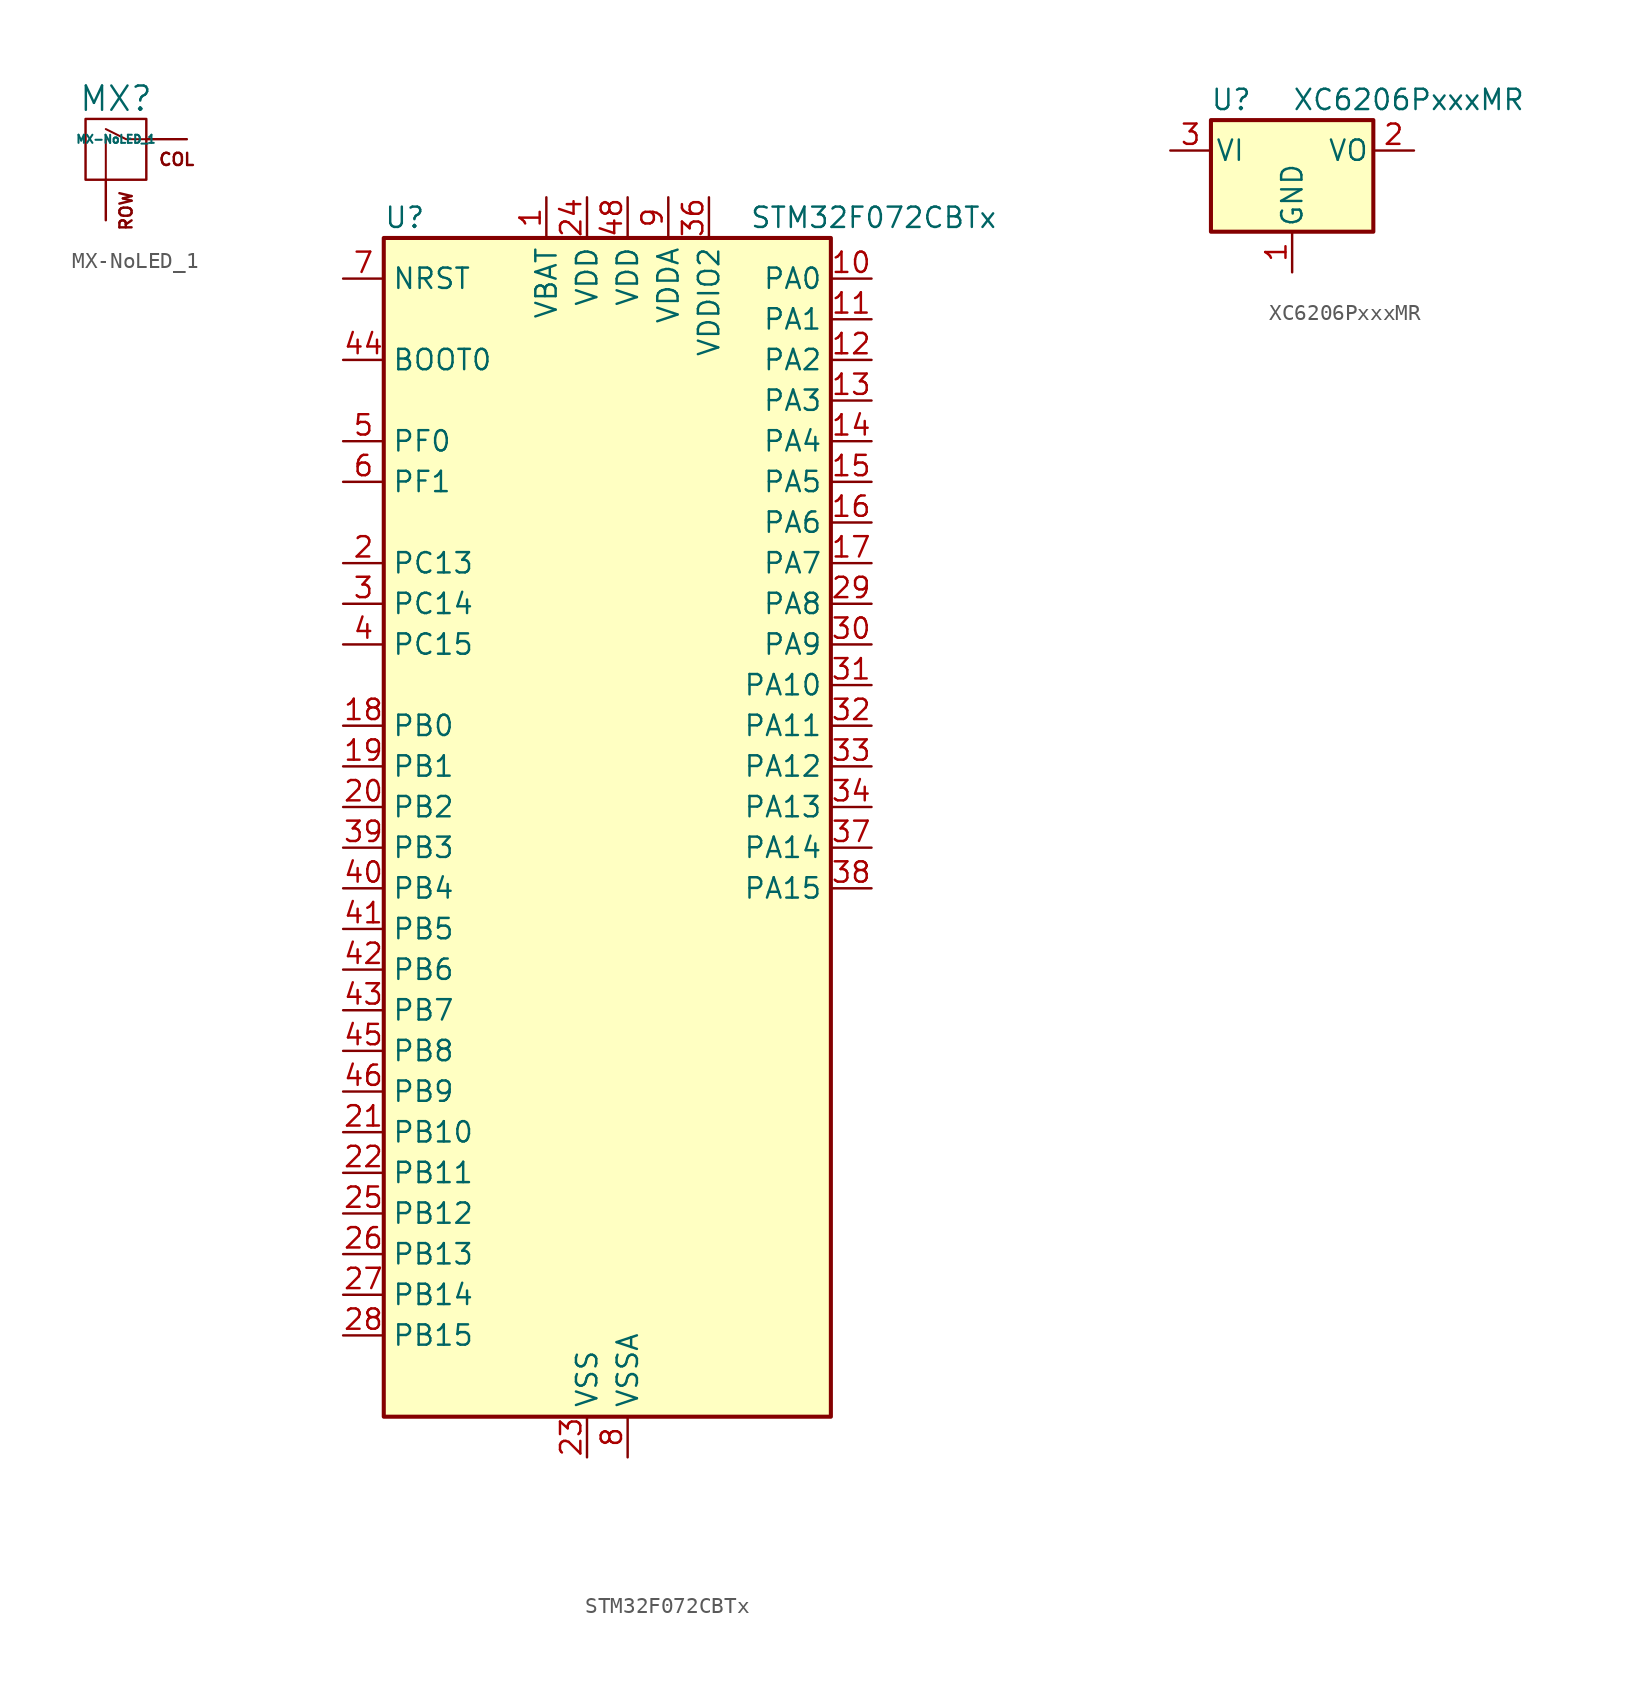
<source format=kicad_sym>
(kicad_symbol_lib
  (version 20241209)
  (generator "kicad_symbol_editor")
  (generator_version "9.0")
  (symbol "MX-NoLED_1"
    (pin_names
      (offset 1.016))
    (property "Reference" "MX"
      (at -0.635 3.81 0)
      (effects (font (size 1.524 1.524))))
    (property "Value" "MX-NoLED_1"
      (at -0.635 1.27 0)
      (effects (font (size 0.508 0.508))))
    (symbol "MX-NoLED_1_0_0"
      (rectangle (start -2.54 2.54) (end 1.27 -1.27) (stroke (width 0) (type default)) (fill (type none)))
      (polyline (pts (xy -1.27 -1.27) (xy -1.27 1.27)) (stroke (width 0.127) (type default)) (fill (type none)))
      (polyline (pts (xy 1.27 1.27) (xy 0 1.27) (xy -1.27 1.905)) (stroke (width 0.127) (type default)) (fill (type none)))
      (text "ROW" (at 0 -1.905 900) (effects (font (size 0.762 0.762)) (justify right)))
      (text "COL" (at 3.175 0 0) (effects (font (size 0.762 0.762)))))
    (symbol "MX-NoLED_1_1_1"
      (pin passive line (at -1.27 -3.81 90) (length 2.54) (name "ROW" (effects (font (size 0 0)))) (number "2" (effects (font (size 0 0)))))
      (pin passive line (at 3.81 1.27 180) (length 2.54) (name "COL" (effects (font (size 0 0)))) (number "1" (effects (font (size 0 0)))))))
  (symbol "STM32F072CBTx"
    (property "Reference" "U"
      (at -12.7 39.37 0)
      (effects (font (size 1.27 1.27)) (justify left)))
    (property "Value" "STM32F072CBTx"
      (at 10.16 39.37 0)
      (effects (font (size 1.27 1.27)) (justify left)))
    (property "ki_locked" ""
      (at 0 0 0)
      (effects (font (size 1.27 1.27))))
    (symbol "STM32F072CBTx_0_1"
      (rectangle (start -12.7 -35.56) (end 15.24 38.1) (stroke (width 0.254) (type default)) (fill (type background))))
    (symbol "STM32F072CBTx_1_1"
      (pin input line (at -15.24 35.56 0) (length 2.54) (name "NRST" (effects (font (size 1.27 1.27)))) (number "7" (effects (font (size 1.27 1.27)))))
      (pin input line (at -15.24 30.48 0) (length 2.54) (name "BOOT0" (effects (font (size 1.27 1.27)))) (number "44" (effects (font (size 1.27 1.27)))))
      (pin bidirectional line (at -15.24 25.4 0) (length 2.54) (name "PF0" (effects (font (size 1.27 1.27)))) (number "5" (effects (font (size 1.27 1.27)))) (alternate "CRS_SYNC" bidirectional line) (alternate "RCC_OSC_IN" bidirectional line))
      (pin bidirectional line (at -15.24 22.86 0) (length 2.54) (name "PF1" (effects (font (size 1.27 1.27)))) (number "6" (effects (font (size 1.27 1.27)))) (alternate "RCC_OSC_OUT" bidirectional line))
      (pin bidirectional line (at -15.24 17.78 0) (length 2.54) (name "PC13" (effects (font (size 1.27 1.27)))) (number "2" (effects (font (size 1.27 1.27)))) (alternate "RTC_OUT_ALARM" bidirectional line) (alternate "RTC_OUT_CALIB" bidirectional line) (alternate "RTC_TAMP1" bidirectional line) (alternate "RTC_TS" bidirectional line) (alternate "SYS_WKUP2" bidirectional line))
      (pin bidirectional line (at -15.24 15.24 0) (length 2.54) (name "PC14" (effects (font (size 1.27 1.27)))) (number "3" (effects (font (size 1.27 1.27)))) (alternate "RCC_OSC32_IN" bidirectional line))
      (pin bidirectional line (at -15.24 12.7 0) (length 2.54) (name "PC15" (effects (font (size 1.27 1.27)))) (number "4" (effects (font (size 1.27 1.27)))) (alternate "RCC_OSC32_OUT" bidirectional line))
      (pin bidirectional line (at -15.24 7.62 0) (length 2.54) (name "PB0" (effects (font (size 1.27 1.27)))) (number "18" (effects (font (size 1.27 1.27)))) (alternate "ADC_IN8" bidirectional line) (alternate "TIM1_CH2N" bidirectional line) (alternate "TIM3_CH3" bidirectional line) (alternate "TSC_G3_IO2" bidirectional line) (alternate "USART3_CK" bidirectional line))
      (pin bidirectional line (at -15.24 5.08 0) (length 2.54) (name "PB1" (effects (font (size 1.27 1.27)))) (number "19" (effects (font (size 1.27 1.27)))) (alternate "ADC_IN9" bidirectional line) (alternate "TIM14_CH1" bidirectional line) (alternate "TIM1_CH3N" bidirectional line) (alternate "TIM3_CH4" bidirectional line) (alternate "TSC_G3_IO3" bidirectional line) (alternate "USART3_DE" bidirectional line) (alternate "USART3_RTS" bidirectional line))
      (pin bidirectional line (at -15.24 2.54 0) (length 2.54) (name "PB2" (effects (font (size 1.27 1.27)))) (number "20" (effects (font (size 1.27 1.27)))) (alternate "TSC_G3_IO4" bidirectional line))
      (pin bidirectional line (at -15.24 0 0) (length 2.54) (name "PB3" (effects (font (size 1.27 1.27)))) (number "39" (effects (font (size 1.27 1.27)))) (alternate "I2S1_CK" bidirectional line) (alternate "SPI1_SCK" bidirectional line) (alternate "TIM2_CH2" bidirectional line) (alternate "TSC_G5_IO1" bidirectional line))
      (pin bidirectional line (at -15.24 -2.54 0) (length 2.54) (name "PB4" (effects (font (size 1.27 1.27)))) (number "40" (effects (font (size 1.27 1.27)))) (alternate "I2S1_MCK" bidirectional line) (alternate "SPI1_MISO" bidirectional line) (alternate "TIM17_BKIN" bidirectional line) (alternate "TIM3_CH1" bidirectional line) (alternate "TSC_G5_IO2" bidirectional line))
      (pin bidirectional line (at -15.24 -5.08 0) (length 2.54) (name "PB5" (effects (font (size 1.27 1.27)))) (number "41" (effects (font (size 1.27 1.27)))) (alternate "I2C1_SMBA" bidirectional line) (alternate "I2S1_SD" bidirectional line) (alternate "SPI1_MOSI" bidirectional line) (alternate "SYS_WKUP6" bidirectional line) (alternate "TIM16_BKIN" bidirectional line) (alternate "TIM3_CH2" bidirectional line))
      (pin bidirectional line (at -15.24 -7.62 0) (length 2.54) (name "PB6" (effects (font (size 1.27 1.27)))) (number "42" (effects (font (size 1.27 1.27)))) (alternate "I2C1_SCL" bidirectional line) (alternate "TIM16_CH1N" bidirectional line) (alternate "TSC_G5_IO3" bidirectional line) (alternate "USART1_TX" bidirectional line))
      (pin bidirectional line (at -15.24 -10.16 0) (length 2.54) (name "PB7" (effects (font (size 1.27 1.27)))) (number "43" (effects (font (size 1.27 1.27)))) (alternate "I2C1_SDA" bidirectional line) (alternate "TIM17_CH1N" bidirectional line) (alternate "TSC_G5_IO4" bidirectional line) (alternate "USART1_RX" bidirectional line) (alternate "USART4_CTS" bidirectional line))
      (pin bidirectional line (at -15.24 -12.7 0) (length 2.54) (name "PB8" (effects (font (size 1.27 1.27)))) (number "45" (effects (font (size 1.27 1.27)))) (alternate "CAN_RX" bidirectional line) (alternate "CEC" bidirectional line) (alternate "I2C1_SCL" bidirectional line) (alternate "TIM16_CH1" bidirectional line) (alternate "TSC_SYNC" bidirectional line))
      (pin bidirectional line (at -15.24 -15.24 0) (length 2.54) (name "PB9" (effects (font (size 1.27 1.27)))) (number "46" (effects (font (size 1.27 1.27)))) (alternate "CAN_TX" bidirectional line) (alternate "DAC_EXTI9" bidirectional line) (alternate "I2C1_SDA" bidirectional line) (alternate "I2S2_WS" bidirectional line) (alternate "IR_OUT" bidirectional line) (alternate "SPI2_NSS" bidirectional line) (alternate "TIM17_CH1" bidirectional line))
      (pin bidirectional line (at -15.24 -17.78 0) (length 2.54) (name "PB10" (effects (font (size 1.27 1.27)))) (number "21" (effects (font (size 1.27 1.27)))) (alternate "CEC" bidirectional line) (alternate "I2C2_SCL" bidirectional line) (alternate "I2S2_CK" bidirectional line) (alternate "SPI2_SCK" bidirectional line) (alternate "TIM2_CH3" bidirectional line) (alternate "TSC_SYNC" bidirectional line) (alternate "USART3_TX" bidirectional line))
      (pin bidirectional line (at -15.24 -20.32 0) (length 2.54) (name "PB11" (effects (font (size 1.27 1.27)))) (number "22" (effects (font (size 1.27 1.27)))) (alternate "I2C2_SDA" bidirectional line) (alternate "TIM2_CH4" bidirectional line) (alternate "TSC_G6_IO1" bidirectional line) (alternate "USART3_RX" bidirectional line))
      (pin bidirectional line (at -15.24 -22.86 0) (length 2.54) (name "PB12" (effects (font (size 1.27 1.27)))) (number "25" (effects (font (size 1.27 1.27)))) (alternate "I2S2_WS" bidirectional line) (alternate "SPI2_NSS" bidirectional line) (alternate "TIM15_BKIN" bidirectional line) (alternate "TIM1_BKIN" bidirectional line) (alternate "TSC_G6_IO2" bidirectional line) (alternate "USART3_CK" bidirectional line))
      (pin bidirectional line (at -15.24 -25.4 0) (length 2.54) (name "PB13" (effects (font (size 1.27 1.27)))) (number "26" (effects (font (size 1.27 1.27)))) (alternate "I2C2_SCL" bidirectional line) (alternate "I2S2_CK" bidirectional line) (alternate "SPI2_SCK" bidirectional line) (alternate "TIM1_CH1N" bidirectional line) (alternate "TSC_G6_IO3" bidirectional line) (alternate "USART3_CTS" bidirectional line))
      (pin bidirectional line (at -15.24 -27.94 0) (length 2.54) (name "PB14" (effects (font (size 1.27 1.27)))) (number "27" (effects (font (size 1.27 1.27)))) (alternate "I2C2_SDA" bidirectional line) (alternate "I2S2_MCK" bidirectional line) (alternate "SPI2_MISO" bidirectional line) (alternate "TIM15_CH1" bidirectional line) (alternate "TIM1_CH2N" bidirectional line) (alternate "TSC_G6_IO4" bidirectional line) (alternate "USART3_DE" bidirectional line) (alternate "USART3_RTS" bidirectional line))
      (pin bidirectional line (at -15.24 -30.48 0) (length 2.54) (name "PB15" (effects (font (size 1.27 1.27)))) (number "28" (effects (font (size 1.27 1.27)))) (alternate "I2S2_SD" bidirectional line) (alternate "RTC_REFIN" bidirectional line) (alternate "SPI2_MOSI" bidirectional line) (alternate "SYS_WKUP7" bidirectional line) (alternate "TIM15_CH1N" bidirectional line) (alternate "TIM15_CH2" bidirectional line) (alternate "TIM1_CH3N" bidirectional line))
      (pin power_in line (at -2.54 40.64 270) (length 2.54) (name "VBAT" (effects (font (size 1.27 1.27)))) (number "1" (effects (font (size 1.27 1.27)))))
      (pin power_in line (at 0 40.64 270) (length 2.54) (name "VDD" (effects (font (size 1.27 1.27)))) (number "24" (effects (font (size 1.27 1.27)))))
      (pin power_in line (at 0 -38.1 90) (length 2.54) (name "VSS" (effects (font (size 1.27 1.27)))) (number "23" (effects (font (size 1.27 1.27)))))
      (pin passive line (at 0 -38.1 90) (length 2.54) (hide yes) (name "VSS" (effects (font (size 1.27 1.27)))) (number "35" (effects (font (size 1.27 1.27)))))
      (pin passive line (at 0 -38.1 90) (length 2.54) (hide yes) (name "VSS" (effects (font (size 1.27 1.27)))) (number "47" (effects (font (size 1.27 1.27)))))
      (pin power_in line (at 2.54 40.64 270) (length 2.54) (name "VDD" (effects (font (size 1.27 1.27)))) (number "48" (effects (font (size 1.27 1.27)))))
      (pin power_in line (at 2.54 -38.1 90) (length 2.54) (name "VSSA" (effects (font (size 1.27 1.27)))) (number "8" (effects (font (size 1.27 1.27)))))
      (pin power_in line (at 5.08 40.64 270) (length 2.54) (name "VDDA" (effects (font (size 1.27 1.27)))) (number "9" (effects (font (size 1.27 1.27)))))
      (pin power_in line (at 7.62 40.64 270) (length 2.54) (name "VDDIO2" (effects (font (size 1.27 1.27)))) (number "36" (effects (font (size 1.27 1.27)))))
      (pin bidirectional line (at 17.78 35.56 180) (length 2.54) (name "PA0" (effects (font (size 1.27 1.27)))) (number "10" (effects (font (size 1.27 1.27)))) (alternate "ADC_IN0" bidirectional line) (alternate "COMP1_INM" bidirectional line) (alternate "COMP1_OUT" bidirectional line) (alternate "RTC_TAMP2" bidirectional line) (alternate "SYS_WKUP1" bidirectional line) (alternate "TIM2_CH1" bidirectional line) (alternate "TIM2_ETR" bidirectional line) (alternate "TSC_G1_IO1" bidirectional line) (alternate "USART2_CTS" bidirectional line) (alternate "USART4_TX" bidirectional line))
      (pin bidirectional line (at 17.78 33.02 180) (length 2.54) (name "PA1" (effects (font (size 1.27 1.27)))) (number "11" (effects (font (size 1.27 1.27)))) (alternate "ADC_IN1" bidirectional line) (alternate "COMP1_INP" bidirectional line) (alternate "TIM15_CH1N" bidirectional line) (alternate "TIM2_CH2" bidirectional line) (alternate "TSC_G1_IO2" bidirectional line) (alternate "USART2_DE" bidirectional line) (alternate "USART2_RTS" bidirectional line) (alternate "USART4_RX" bidirectional line))
      (pin bidirectional line (at 17.78 30.48 180) (length 2.54) (name "PA2" (effects (font (size 1.27 1.27)))) (number "12" (effects (font (size 1.27 1.27)))) (alternate "ADC_IN2" bidirectional line) (alternate "COMP2_INM" bidirectional line) (alternate "COMP2_OUT" bidirectional line) (alternate "SYS_WKUP4" bidirectional line) (alternate "TIM15_CH1" bidirectional line) (alternate "TIM2_CH3" bidirectional line) (alternate "TSC_G1_IO3" bidirectional line) (alternate "USART2_TX" bidirectional line))
      (pin bidirectional line (at 17.78 27.94 180) (length 2.54) (name "PA3" (effects (font (size 1.27 1.27)))) (number "13" (effects (font (size 1.27 1.27)))) (alternate "ADC_IN3" bidirectional line) (alternate "COMP2_INP" bidirectional line) (alternate "TIM15_CH2" bidirectional line) (alternate "TIM2_CH4" bidirectional line) (alternate "TSC_G1_IO4" bidirectional line) (alternate "USART2_RX" bidirectional line))
      (pin bidirectional line (at 17.78 25.4 180) (length 2.54) (name "PA4" (effects (font (size 1.27 1.27)))) (number "14" (effects (font (size 1.27 1.27)))) (alternate "ADC_IN4" bidirectional line) (alternate "COMP1_INM" bidirectional line) (alternate "COMP2_INM" bidirectional line) (alternate "DAC_OUT1" bidirectional line) (alternate "I2S1_WS" bidirectional line) (alternate "SPI1_NSS" bidirectional line) (alternate "TIM14_CH1" bidirectional line) (alternate "TSC_G2_IO1" bidirectional line) (alternate "USART2_CK" bidirectional line))
      (pin bidirectional line (at 17.78 22.86 180) (length 2.54) (name "PA5" (effects (font (size 1.27 1.27)))) (number "15" (effects (font (size 1.27 1.27)))) (alternate "ADC_IN5" bidirectional line) (alternate "CEC" bidirectional line) (alternate "COMP1_INM" bidirectional line) (alternate "COMP2_INM" bidirectional line) (alternate "DAC_OUT2" bidirectional line) (alternate "I2S1_CK" bidirectional line) (alternate "SPI1_SCK" bidirectional line) (alternate "TIM2_CH1" bidirectional line) (alternate "TIM2_ETR" bidirectional line) (alternate "TSC_G2_IO2" bidirectional line))
      (pin bidirectional line (at 17.78 20.32 180) (length 2.54) (name "PA6" (effects (font (size 1.27 1.27)))) (number "16" (effects (font (size 1.27 1.27)))) (alternate "ADC_IN6" bidirectional line) (alternate "COMP1_OUT" bidirectional line) (alternate "I2S1_MCK" bidirectional line) (alternate "SPI1_MISO" bidirectional line) (alternate "TIM16_CH1" bidirectional line) (alternate "TIM1_BKIN" bidirectional line) (alternate "TIM3_CH1" bidirectional line) (alternate "TSC_G2_IO3" bidirectional line) (alternate "USART3_CTS" bidirectional line))
      (pin bidirectional line (at 17.78 17.78 180) (length 2.54) (name "PA7" (effects (font (size 1.27 1.27)))) (number "17" (effects (font (size 1.27 1.27)))) (alternate "ADC_IN7" bidirectional line) (alternate "COMP2_OUT" bidirectional line) (alternate "I2S1_SD" bidirectional line) (alternate "SPI1_MOSI" bidirectional line) (alternate "TIM14_CH1" bidirectional line) (alternate "TIM17_CH1" bidirectional line) (alternate "TIM1_CH1N" bidirectional line) (alternate "TIM3_CH2" bidirectional line) (alternate "TSC_G2_IO4" bidirectional line))
      (pin bidirectional line (at 17.78 15.24 180) (length 2.54) (name "PA8" (effects (font (size 1.27 1.27)))) (number "29" (effects (font (size 1.27 1.27)))) (alternate "CRS_SYNC" bidirectional line) (alternate "RCC_MCO" bidirectional line) (alternate "TIM1_CH1" bidirectional line) (alternate "USART1_CK" bidirectional line))
      (pin bidirectional line (at 17.78 12.7 180) (length 2.54) (name "PA9" (effects (font (size 1.27 1.27)))) (number "30" (effects (font (size 1.27 1.27)))) (alternate "DAC_EXTI9" bidirectional line) (alternate "TIM15_BKIN" bidirectional line) (alternate "TIM1_CH2" bidirectional line) (alternate "TSC_G4_IO1" bidirectional line) (alternate "USART1_TX" bidirectional line))
      (pin bidirectional line (at 17.78 10.16 180) (length 2.54) (name "PA10" (effects (font (size 1.27 1.27)))) (number "31" (effects (font (size 1.27 1.27)))) (alternate "TIM17_BKIN" bidirectional line) (alternate "TIM1_CH3" bidirectional line) (alternate "TSC_G4_IO2" bidirectional line) (alternate "USART1_RX" bidirectional line))
      (pin bidirectional line (at 17.78 7.62 180) (length 2.54) (name "PA11" (effects (font (size 1.27 1.27)))) (number "32" (effects (font (size 1.27 1.27)))) (alternate "CAN_RX" bidirectional line) (alternate "COMP1_OUT" bidirectional line) (alternate "TIM1_CH4" bidirectional line) (alternate "TSC_G4_IO3" bidirectional line) (alternate "USART1_CTS" bidirectional line) (alternate "USB_DM" bidirectional line))
      (pin bidirectional line (at 17.78 5.08 180) (length 2.54) (name "PA12" (effects (font (size 1.27 1.27)))) (number "33" (effects (font (size 1.27 1.27)))) (alternate "CAN_TX" bidirectional line) (alternate "COMP2_OUT" bidirectional line) (alternate "TIM1_ETR" bidirectional line) (alternate "TSC_G4_IO4" bidirectional line) (alternate "USART1_DE" bidirectional line) (alternate "USART1_RTS" bidirectional line) (alternate "USB_DP" bidirectional line))
      (pin bidirectional line (at 17.78 2.54 180) (length 2.54) (name "PA13" (effects (font (size 1.27 1.27)))) (number "34" (effects (font (size 1.27 1.27)))) (alternate "IR_OUT" bidirectional line) (alternate "SYS_SWDIO" bidirectional line) (alternate "USB_NOE" bidirectional line))
      (pin bidirectional line (at 17.78 0 180) (length 2.54) (name "PA14" (effects (font (size 1.27 1.27)))) (number "37" (effects (font (size 1.27 1.27)))) (alternate "SYS_SWCLK" bidirectional line) (alternate "USART2_TX" bidirectional line))
      (pin bidirectional line (at 17.78 -2.54 180) (length 2.54) (name "PA15" (effects (font (size 1.27 1.27)))) (number "38" (effects (font (size 1.27 1.27)))) (alternate "I2S1_WS" bidirectional line) (alternate "SPI1_NSS" bidirectional line) (alternate "TIM2_CH1" bidirectional line) (alternate "TIM2_ETR" bidirectional line) (alternate "USART2_RX" bidirectional line) (alternate "USART4_DE" bidirectional line) (alternate "USART4_RTS" bidirectional line))))
  (symbol "XC6206PxxxMR"
    (pin_names
      (offset 0.254))
    (property "Reference" "U"
      (at -3.81 3.175 0)
      (effects (font (size 1.27 1.27))))
    (property "Value" "XC6206PxxxMR"
      (at 0 3.175 0)
      (effects (font (size 1.27 1.27)) (justify left)))
    (symbol "XC6206PxxxMR_0_1"
      (rectangle (start -5.08 1.905) (end 5.08 -5.08) (stroke (width 0.254) (type default)) (fill (type background))))
    (symbol "XC6206PxxxMR_1_1"
      (pin power_in line (at -7.62 0 0) (length 2.54) (name "VI" (effects (font (size 1.27 1.27)))) (number "3" (effects (font (size 1.27 1.27)))))
      (pin power_in line (at 0 -7.62 90) (length 2.54) (name "GND" (effects (font (size 1.27 1.27)))) (number "1" (effects (font (size 1.27 1.27)))))
      (pin power_out line (at 7.62 0 180) (length 2.54) (name "VO" (effects (font (size 1.27 1.27)))) (number "2" (effects (font (size 1.27 1.27))))))))
</source>
